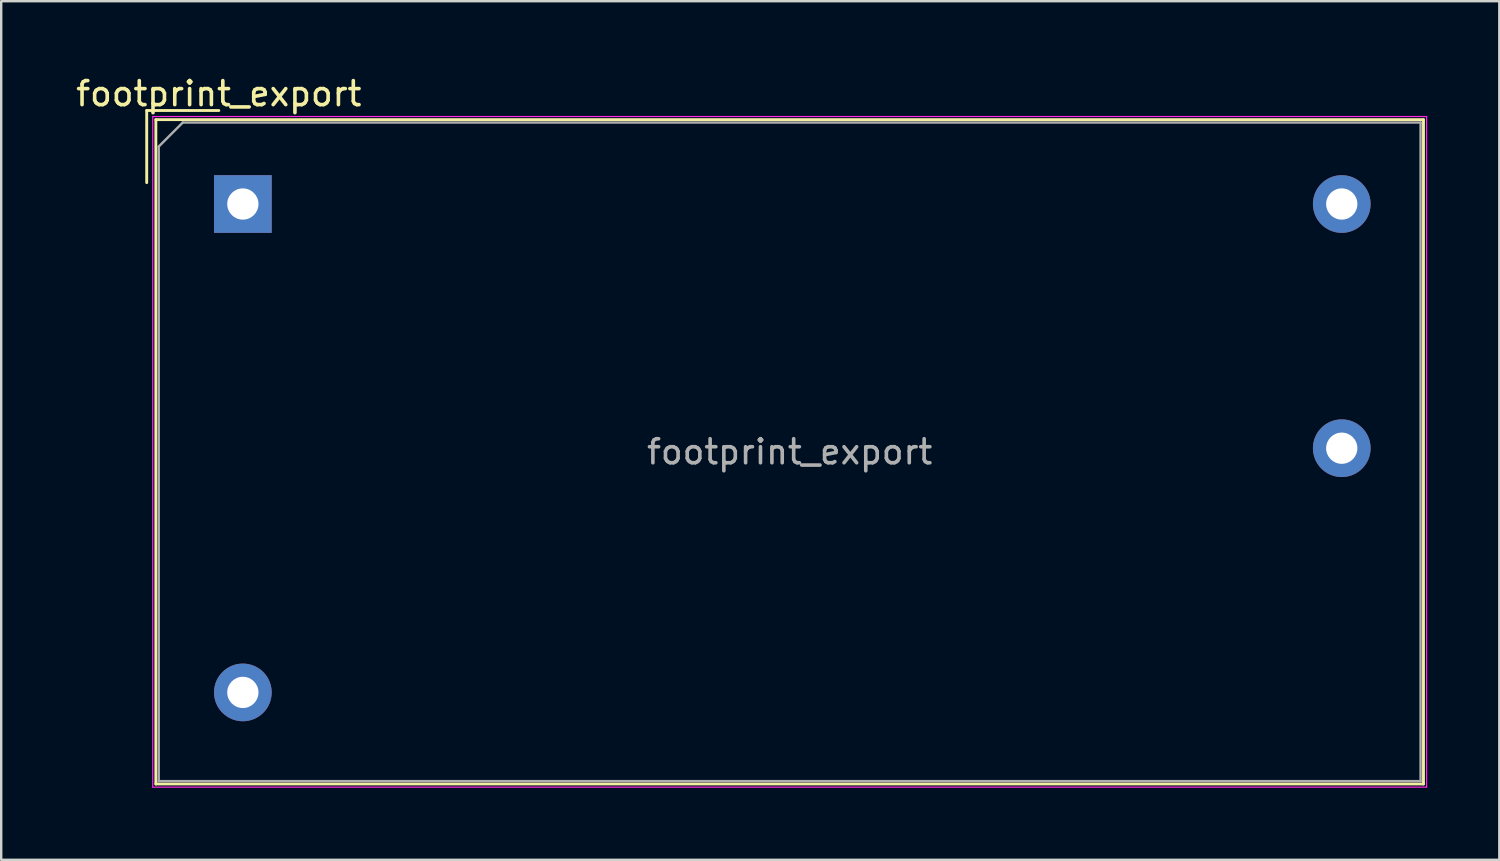
<source format=kicad_pcb>
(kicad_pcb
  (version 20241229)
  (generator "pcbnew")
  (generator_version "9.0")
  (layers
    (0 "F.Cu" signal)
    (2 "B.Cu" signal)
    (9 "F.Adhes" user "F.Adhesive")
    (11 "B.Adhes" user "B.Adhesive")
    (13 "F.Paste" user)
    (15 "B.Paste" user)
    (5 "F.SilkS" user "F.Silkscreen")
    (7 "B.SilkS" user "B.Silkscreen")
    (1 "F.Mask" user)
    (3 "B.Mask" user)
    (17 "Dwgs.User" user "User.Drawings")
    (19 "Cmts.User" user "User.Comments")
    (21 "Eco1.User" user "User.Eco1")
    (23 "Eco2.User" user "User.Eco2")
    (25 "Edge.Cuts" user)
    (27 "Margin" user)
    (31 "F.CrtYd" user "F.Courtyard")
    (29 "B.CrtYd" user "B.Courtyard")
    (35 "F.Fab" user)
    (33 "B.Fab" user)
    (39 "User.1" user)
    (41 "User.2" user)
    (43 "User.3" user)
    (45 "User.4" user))
  (footprint "footprint_export"
    (layer "F.Cu")
    (at 7.054 5.438)
    (property "Reference" "footprint_export" (at -1 -4.59 0) (layer "F.SilkS") (effects (font (size 1 1) (thickness 0.15))))
    (attr through_hole)
    (fp_line (start -4 -3.89) (end -1 -3.89) (stroke (width 0.12) (type solid)) (layer "F.SilkS"))
    (fp_line (start -4 -0.89) (end -4 -3.89) (stroke (width 0.12) (type solid)) (layer "F.SilkS"))
    (fp_line (start -3.62 -3.51) (end -3.62 24.13) (stroke (width 0.12) (type solid)) (layer "F.SilkS"))
    (fp_line (start -3.62 -3.51) (end 49.12 -3.51) (stroke (width 0.12) (type solid)) (layer "F.SilkS"))
    (fp_line (start -3.62 24.13) (end 49.12 24.13) (stroke (width 0.12) (type solid)) (layer "F.SilkS"))
    (fp_line (start 49.12 -3.51) (end 49.12 24.13) (stroke (width 0.12) (type solid)) (layer "F.SilkS"))
    (fp_line (start -3.75 -3.64) (end -3.75 24.26) (stroke (width 0.05) (type solid)) (layer "F.CrtYd"))
    (fp_line (start -3.75 -3.64) (end 49.25 -3.64) (stroke (width 0.05) (type solid)) (layer "F.CrtYd"))
    (fp_line (start -3.75 24.26) (end 49.25 24.26) (stroke (width 0.05) (type solid)) (layer "F.CrtYd"))
    (fp_line (start 49.25 -3.64) (end 49.25 24.26) (stroke (width 0.05) (type solid)) (layer "F.CrtYd"))
    (fp_line (start -3.5 -2.39) (end -2.5 -3.39) (stroke (width 0.1) (type solid)) (layer "F.Fab"))
    (fp_line (start -3.5 24.01) (end -3.5 -2.39) (stroke (width 0.1) (type solid)) (layer "F.Fab"))
    (fp_line (start -2.5 -3.39) (end 49 -3.39) (stroke (width 0.1) (type solid)) (layer "F.Fab"))
    (fp_line (start 49 -3.39) (end 49 24.01) (stroke (width 0.1) (type solid)) (layer "F.Fab"))
    (fp_line (start 49 24.01) (end -3.5 24.01) (stroke (width 0.1) (type solid)) (layer "F.Fab"))
    (fp_text user "${REFERENCE}" (at 22.75 10.31 0) (layer "F.Fab") (effects (font (size 1 1) (thickness 0.15))))
    (pad "1" thru_hole rect (at 0 0) (size 2.4 2.4) (drill 1.3) (layers "*.Cu" "*.Mask"))
    (pad "2" thru_hole circle (at 0 20.32) (size 2.4 2.4) (drill 1.3) (layers "*.Cu" "*.Mask"))
    (pad "4" thru_hole circle (at 45.72 10.16) (size 2.4 2.4) (drill 1.3) (layers "*.Cu" "*.Mask"))
    (pad "5" thru_hole circle (at 45.72 0) (size 2.4 2.4) (drill 1.3) (layers "*.Cu" "*.Mask")))
  (gr_rect
    (start -3 -3)
    (end 59.329 32.723)
    (stroke (width 0.1) (type default))
    (fill no)
    (layer "Edge.Cuts")))
</source>
